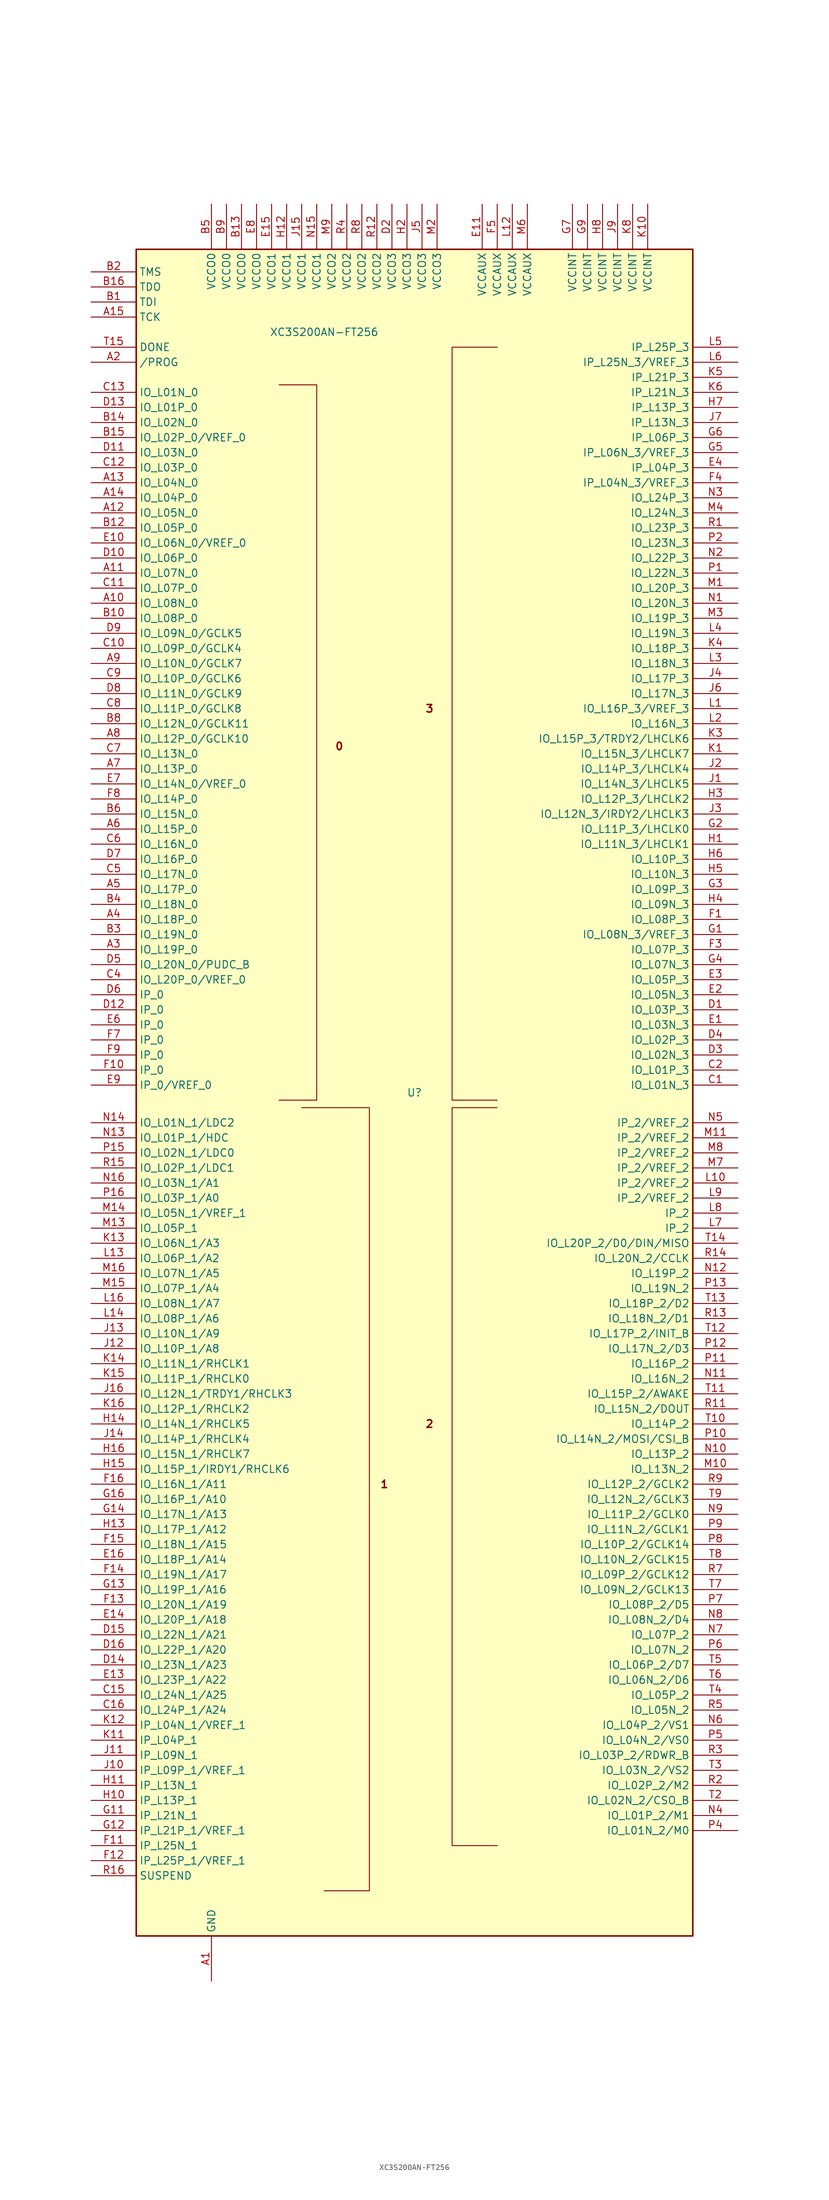
<source format=kicad_sym>
(kicad_symbol_lib
  (version 20231120)
  (generator "kicad_symbol_editor")
  (generator_version "8.0")
  (symbol "XC3S200AN-FT256"
    (property "Reference" "U"
      (at 0 0 0)
      (effects (font (size 1.27 1.27))))
    (property "Value" "XC3S200AN-FT256"
      (at -15.24 128.27 0)
      (effects (font (size 1.27 1.27))))
    (symbol "XC3S200AN-FT256_0_0"
      (text "0" (at -12.7 58.42 0) (effects (font (size 1.27 1.27) (bold yes))))
      (text "1" (at -5.08 -66.04 0) (effects (font (size 1.27 1.27) (bold yes))))
      (text "2" (at 2.54 -55.88 0) (effects (font (size 1.27 1.27) (bold yes))))
      (text "3" (at 2.54 64.77 0) (effects (font (size 1.27 1.27) (bold yes)))))
    (symbol "XC3S200AN-FT256_0_1"
      (rectangle (start -46.99 142.24) (end 46.99 -142.24) (stroke (width 0.254) (type default)) (fill (type background)))
      (polyline (pts (xy -22.86 119.38) (xy -16.51 119.38) (xy -16.51 -1.27) (xy -22.86 -1.27) (xy -22.86 -1.27)) (stroke (width 0) (type default)) (fill (type none)))
      (polyline (pts (xy -19.05 -2.54) (xy -7.62 -2.54) (xy -7.62 -134.62) (xy -15.24 -134.62) (xy -15.24 -134.62)) (stroke (width 0) (type default)) (fill (type none)))
      (polyline (pts (xy 13.97 -2.54) (xy 6.35 -2.54) (xy 6.35 -127) (xy 13.97 -127) (xy 13.97 -127)) (stroke (width 0) (type default)) (fill (type none)))
      (polyline (pts (xy 13.97 125.73) (xy 6.35 125.73) (xy 6.35 -1.27) (xy 13.97 -1.27) (xy 13.97 -1.27)) (stroke (width 0) (type default)) (fill (type none))))
    (symbol "XC3S200AN-FT256_1_1"
      (pin power_in line (at -34.29 -149.86 90) (length 7.62) (name "GND" (effects (font (size 1.27 1.27)))) (number "A1" (effects (font (size 1.27 1.27)))))
      (pin bidirectional line (at -54.61 82.55 0) (length 7.62) (name "IO_L08N_0" (effects (font (size 1.27 1.27)))) (number "A10" (effects (font (size 1.27 1.27)))))
      (pin bidirectional line (at -54.61 87.63 0) (length 7.62) (name "IO_L07N_0" (effects (font (size 1.27 1.27)))) (number "A11" (effects (font (size 1.27 1.27)))))
      (pin bidirectional line (at -54.61 97.79 0) (length 7.62) (name "IO_L05N_0" (effects (font (size 1.27 1.27)))) (number "A12" (effects (font (size 1.27 1.27)))))
      (pin bidirectional line (at -54.61 102.87 0) (length 7.62) (name "IO_L04N_0" (effects (font (size 1.27 1.27)))) (number "A13" (effects (font (size 1.27 1.27)))))
      (pin bidirectional line (at -54.61 100.33 0) (length 7.62) (name "IO_L04P_0" (effects (font (size 1.27 1.27)))) (number "A14" (effects (font (size 1.27 1.27)))))
      (pin input line (at -54.61 130.81 0) (length 7.62) (name "TCK" (effects (font (size 1.27 1.27)))) (number "A15" (effects (font (size 1.27 1.27)))))
      (pin passive line (at -34.29 -149.86 90) (length 7.62) hide (name "GND" (effects (font (size 1.27 1.27)))) (number "A16" (effects (font (size 1.27 1.27)))))
      (pin bidirectional line (at -54.61 123.19 0) (length 7.62) (name "/PROG" (effects (font (size 1.27 1.27)))) (number "A2" (effects (font (size 1.27 1.27)))))
      (pin bidirectional line (at -54.61 24.13 0) (length 7.62) (name "IO_L19P_0" (effects (font (size 1.27 1.27)))) (number "A3" (effects (font (size 1.27 1.27)))))
      (pin bidirectional line (at -54.61 29.21 0) (length 7.62) (name "IO_L18P_0" (effects (font (size 1.27 1.27)))) (number "A4" (effects (font (size 1.27 1.27)))))
      (pin bidirectional line (at -54.61 34.29 0) (length 7.62) (name "IO_L17P_0" (effects (font (size 1.27 1.27)))) (number "A5" (effects (font (size 1.27 1.27)))))
      (pin bidirectional line (at -54.61 44.45 0) (length 7.62) (name "IO_L15P_0" (effects (font (size 1.27 1.27)))) (number "A6" (effects (font (size 1.27 1.27)))))
      (pin bidirectional line (at -54.61 54.61 0) (length 7.62) (name "IO_L13P_0" (effects (font (size 1.27 1.27)))) (number "A7" (effects (font (size 1.27 1.27)))))
      (pin bidirectional line (at -54.61 59.69 0) (length 7.62) (name "IO_L12P_0/GCLK10" (effects (font (size 1.27 1.27)))) (number "A8" (effects (font (size 1.27 1.27)))))
      (pin bidirectional line (at -54.61 72.39 0) (length 7.62) (name "IO_L10N_0/GCLK7" (effects (font (size 1.27 1.27)))) (number "A9" (effects (font (size 1.27 1.27)))))
      (pin input line (at -54.61 133.35 0) (length 7.62) (name "TDI" (effects (font (size 1.27 1.27)))) (number "B1" (effects (font (size 1.27 1.27)))))
      (pin bidirectional line (at -54.61 80.01 0) (length 7.62) (name "IO_L08P_0" (effects (font (size 1.27 1.27)))) (number "B10" (effects (font (size 1.27 1.27)))))
      (pin passive line (at -34.29 -149.86 90) (length 7.62) hide (name "GND" (effects (font (size 1.27 1.27)))) (number "B11" (effects (font (size 1.27 1.27)))))
      (pin bidirectional line (at -54.61 95.25 0) (length 7.62) (name "IO_L05P_0" (effects (font (size 1.27 1.27)))) (number "B12" (effects (font (size 1.27 1.27)))))
      (pin power_in line (at -29.21 149.86 270) (length 7.62) (name "VCCO0" (effects (font (size 1.27 1.27)))) (number "B13" (effects (font (size 1.27 1.27)))))
      (pin bidirectional line (at -54.61 113.03 0) (length 7.62) (name "IO_L02N_0" (effects (font (size 1.27 1.27)))) (number "B14" (effects (font (size 1.27 1.27)))))
      (pin bidirectional line (at -54.61 110.49 0) (length 7.62) (name "IO_L02P_0/VREF_0" (effects (font (size 1.27 1.27)))) (number "B15" (effects (font (size 1.27 1.27)))))
      (pin output line (at -54.61 135.89 0) (length 7.62) (name "TDO" (effects (font (size 1.27 1.27)))) (number "B16" (effects (font (size 1.27 1.27)))))
      (pin input line (at -54.61 138.43 0) (length 7.62) (name "TMS" (effects (font (size 1.27 1.27)))) (number "B2" (effects (font (size 1.27 1.27)))))
      (pin bidirectional line (at -54.61 26.67 0) (length 7.62) (name "IO_L19N_0" (effects (font (size 1.27 1.27)))) (number "B3" (effects (font (size 1.27 1.27)))))
      (pin bidirectional line (at -54.61 31.75 0) (length 7.62) (name "IO_L18N_0" (effects (font (size 1.27 1.27)))) (number "B4" (effects (font (size 1.27 1.27)))))
      (pin power_in line (at -34.29 149.86 270) (length 7.62) (name "VCCO0" (effects (font (size 1.27 1.27)))) (number "B5" (effects (font (size 1.27 1.27)))))
      (pin bidirectional line (at -54.61 46.99 0) (length 7.62) (name "IO_L15N_0" (effects (font (size 1.27 1.27)))) (number "B6" (effects (font (size 1.27 1.27)))))
      (pin passive line (at -34.29 -149.86 90) (length 7.62) hide (name "GND" (effects (font (size 1.27 1.27)))) (number "B7" (effects (font (size 1.27 1.27)))))
      (pin bidirectional line (at -54.61 62.23 0) (length 7.62) (name "IO_L12N_0/GCLK11" (effects (font (size 1.27 1.27)))) (number "B8" (effects (font (size 1.27 1.27)))))
      (pin power_in line (at -31.75 149.86 270) (length 7.62) (name "VCCO0" (effects (font (size 1.27 1.27)))) (number "B9" (effects (font (size 1.27 1.27)))))
      (pin bidirectional line (at 54.61 1.27 180) (length 7.62) (name "IO_L01N_3" (effects (font (size 1.27 1.27)))) (number "C1" (effects (font (size 1.27 1.27)))))
      (pin bidirectional line (at -54.61 74.93 0) (length 7.62) (name "IO_L09P_0/GCLK4" (effects (font (size 1.27 1.27)))) (number "C10" (effects (font (size 1.27 1.27)))))
      (pin bidirectional line (at -54.61 85.09 0) (length 7.62) (name "IO_L07P_0" (effects (font (size 1.27 1.27)))) (number "C11" (effects (font (size 1.27 1.27)))))
      (pin bidirectional line (at -54.61 105.41 0) (length 7.62) (name "IO_L03P_0" (effects (font (size 1.27 1.27)))) (number "C12" (effects (font (size 1.27 1.27)))))
      (pin bidirectional line (at -54.61 118.11 0) (length 7.62) (name "IO_L01N_0" (effects (font (size 1.27 1.27)))) (number "C13" (effects (font (size 1.27 1.27)))))
      (pin passive line (at -34.29 -149.86 90) (length 7.62) hide (name "GND" (effects (font (size 1.27 1.27)))) (number "C14" (effects (font (size 1.27 1.27)))))
      (pin bidirectional line (at -54.61 -101.6 0) (length 7.62) (name "IO_L24N_1/A25" (effects (font (size 1.27 1.27)))) (number "C15" (effects (font (size 1.27 1.27)))))
      (pin bidirectional line (at -54.61 -104.14 0) (length 7.62) (name "IO_L24P_1/A24" (effects (font (size 1.27 1.27)))) (number "C16" (effects (font (size 1.27 1.27)))))
      (pin bidirectional line (at 54.61 3.81 180) (length 7.62) (name "IO_L01P_3" (effects (font (size 1.27 1.27)))) (number "C2" (effects (font (size 1.27 1.27)))))
      (pin passive line (at -34.29 -149.86 90) (length 7.62) hide (name "GND" (effects (font (size 1.27 1.27)))) (number "C3" (effects (font (size 1.27 1.27)))))
      (pin bidirectional line (at -54.61 19.05 0) (length 7.62) (name "IO_L20P_0/VREF_0" (effects (font (size 1.27 1.27)))) (number "C4" (effects (font (size 1.27 1.27)))))
      (pin bidirectional line (at -54.61 36.83 0) (length 7.62) (name "IO_L17N_0" (effects (font (size 1.27 1.27)))) (number "C5" (effects (font (size 1.27 1.27)))))
      (pin bidirectional line (at -54.61 41.91 0) (length 7.62) (name "IO_L16N_0" (effects (font (size 1.27 1.27)))) (number "C6" (effects (font (size 1.27 1.27)))))
      (pin bidirectional line (at -54.61 57.15 0) (length 7.62) (name "IO_L13N_0" (effects (font (size 1.27 1.27)))) (number "C7" (effects (font (size 1.27 1.27)))))
      (pin bidirectional line (at -54.61 64.77 0) (length 7.62) (name "IO_L11P_0/GCLK8" (effects (font (size 1.27 1.27)))) (number "C8" (effects (font (size 1.27 1.27)))))
      (pin bidirectional line (at -54.61 69.85 0) (length 7.62) (name "IO_L10P_0/GCLK6" (effects (font (size 1.27 1.27)))) (number "C9" (effects (font (size 1.27 1.27)))))
      (pin bidirectional line (at 54.61 13.97 180) (length 7.62) (name "IO_L03P_3" (effects (font (size 1.27 1.27)))) (number "D1" (effects (font (size 1.27 1.27)))))
      (pin bidirectional line (at -54.61 90.17 0) (length 7.62) (name "IO_L06P_0" (effects (font (size 1.27 1.27)))) (number "D10" (effects (font (size 1.27 1.27)))))
      (pin bidirectional line (at -54.61 107.95 0) (length 7.62) (name "IO_L03N_0" (effects (font (size 1.27 1.27)))) (number "D11" (effects (font (size 1.27 1.27)))))
      (pin input line (at -54.61 13.97 0) (length 7.62) (name "IP_0" (effects (font (size 1.27 1.27)))) (number "D12" (effects (font (size 1.27 1.27)))))
      (pin bidirectional line (at -54.61 115.57 0) (length 7.62) (name "IO_L01P_0" (effects (font (size 1.27 1.27)))) (number "D13" (effects (font (size 1.27 1.27)))))
      (pin bidirectional line (at -54.61 -96.52 0) (length 7.62) (name "IO_L23N_1/A23" (effects (font (size 1.27 1.27)))) (number "D14" (effects (font (size 1.27 1.27)))))
      (pin bidirectional line (at -54.61 -91.44 0) (length 7.62) (name "IO_L22N_1/A21" (effects (font (size 1.27 1.27)))) (number "D15" (effects (font (size 1.27 1.27)))))
      (pin bidirectional line (at -54.61 -93.98 0) (length 7.62) (name "IO_L22P_1/A20" (effects (font (size 1.27 1.27)))) (number "D16" (effects (font (size 1.27 1.27)))))
      (pin passive line (at -3.81 149.86 270) (length 7.62) (name "VCCO3" (effects (font (size 1.27 1.27)))) (number "D2" (effects (font (size 1.27 1.27)))))
      (pin bidirectional line (at 54.61 6.35 180) (length 7.62) (name "IO_L02N_3" (effects (font (size 1.27 1.27)))) (number "D3" (effects (font (size 1.27 1.27)))))
      (pin bidirectional line (at 54.61 8.89 180) (length 7.62) (name "IO_L02P_3" (effects (font (size 1.27 1.27)))) (number "D4" (effects (font (size 1.27 1.27)))))
      (pin bidirectional line (at -54.61 21.59 0) (length 7.62) (name "IO_L20N_0/PUDC_B" (effects (font (size 1.27 1.27)))) (number "D5" (effects (font (size 1.27 1.27)))))
      (pin input line (at -54.61 16.51 0) (length 7.62) (name "IP_0" (effects (font (size 1.27 1.27)))) (number "D6" (effects (font (size 1.27 1.27)))))
      (pin bidirectional line (at -54.61 39.37 0) (length 7.62) (name "IO_L16P_0" (effects (font (size 1.27 1.27)))) (number "D7" (effects (font (size 1.27 1.27)))))
      (pin bidirectional line (at -54.61 67.31 0) (length 7.62) (name "IO_L11N_0/GCLK9" (effects (font (size 1.27 1.27)))) (number "D8" (effects (font (size 1.27 1.27)))))
      (pin bidirectional line (at -54.61 77.47 0) (length 7.62) (name "IO_L09N_0/GCLK5" (effects (font (size 1.27 1.27)))) (number "D9" (effects (font (size 1.27 1.27)))))
      (pin bidirectional line (at 54.61 11.43 180) (length 7.62) (name "IO_L03N_3" (effects (font (size 1.27 1.27)))) (number "E1" (effects (font (size 1.27 1.27)))))
      (pin bidirectional line (at -54.61 92.71 0) (length 7.62) (name "IO_L06N_0/VREF_0" (effects (font (size 1.27 1.27)))) (number "E10" (effects (font (size 1.27 1.27)))))
      (pin power_in line (at 11.43 149.86 270) (length 7.62) (name "VCCAUX" (effects (font (size 1.27 1.27)))) (number "E11" (effects (font (size 1.27 1.27)))))
      (pin passive line (at -34.29 -149.86 90) (length 7.62) hide (name "GND" (effects (font (size 1.27 1.27)))) (number "E12" (effects (font (size 1.27 1.27)))))
      (pin bidirectional line (at -54.61 -99.06 0) (length 7.62) (name "IO_L23P_1/A22" (effects (font (size 1.27 1.27)))) (number "E13" (effects (font (size 1.27 1.27)))))
      (pin bidirectional line (at -54.61 -88.9 0) (length 7.62) (name "IO_L20P_1/A18" (effects (font (size 1.27 1.27)))) (number "E14" (effects (font (size 1.27 1.27)))))
      (pin power_in line (at -24.13 149.86 270) (length 7.62) (name "VCCO1" (effects (font (size 1.27 1.27)))) (number "E15" (effects (font (size 1.27 1.27)))))
      (pin bidirectional line (at -54.61 -78.74 0) (length 7.62) (name "IO_L18P_1/A14" (effects (font (size 1.27 1.27)))) (number "E16" (effects (font (size 1.27 1.27)))))
      (pin bidirectional line (at 54.61 16.51 180) (length 7.62) (name "IO_L05N_3" (effects (font (size 1.27 1.27)))) (number "E2" (effects (font (size 1.27 1.27)))))
      (pin bidirectional line (at 54.61 19.05 180) (length 7.62) (name "IO_L05P_3" (effects (font (size 1.27 1.27)))) (number "E3" (effects (font (size 1.27 1.27)))))
      (pin input line (at 54.61 105.41 180) (length 7.62) (name "IP_L04P_3" (effects (font (size 1.27 1.27)))) (number "E4" (effects (font (size 1.27 1.27)))))
      (pin passive line (at -34.29 -149.86 90) (length 7.62) hide (name "GND" (effects (font (size 1.27 1.27)))) (number "E5" (effects (font (size 1.27 1.27)))))
      (pin input line (at -54.61 11.43 0) (length 7.62) (name "IP_0" (effects (font (size 1.27 1.27)))) (number "E6" (effects (font (size 1.27 1.27)))))
      (pin bidirectional line (at -54.61 52.07 0) (length 7.62) (name "IO_L14N_0/VREF_0" (effects (font (size 1.27 1.27)))) (number "E7" (effects (font (size 1.27 1.27)))))
      (pin power_in line (at -26.67 149.86 270) (length 7.62) (name "VCCO0" (effects (font (size 1.27 1.27)))) (number "E8" (effects (font (size 1.27 1.27)))))
      (pin input line (at -54.61 1.27 0) (length 7.62) (name "IP_0/VREF_0" (effects (font (size 1.27 1.27)))) (number "E9" (effects (font (size 1.27 1.27)))))
      (pin bidirectional line (at 54.61 29.21 180) (length 7.62) (name "IO_L08P_3" (effects (font (size 1.27 1.27)))) (number "F1" (effects (font (size 1.27 1.27)))))
      (pin input line (at -54.61 3.81 0) (length 7.62) (name "IP_0" (effects (font (size 1.27 1.27)))) (number "F10" (effects (font (size 1.27 1.27)))))
      (pin input line (at -54.61 -127 0) (length 7.62) (name "IP_L25N_1" (effects (font (size 1.27 1.27)))) (number "F11" (effects (font (size 1.27 1.27)))))
      (pin input line (at -54.61 -129.54 0) (length 7.62) (name "IP_L25P_1/VREF_1" (effects (font (size 1.27 1.27)))) (number "F12" (effects (font (size 1.27 1.27)))))
      (pin bidirectional line (at -54.61 -86.36 0) (length 7.62) (name "IO_L20N_1/A19" (effects (font (size 1.27 1.27)))) (number "F13" (effects (font (size 1.27 1.27)))))
      (pin bidirectional line (at -54.61 -81.28 0) (length 7.62) (name "IO_L19N_1/A17" (effects (font (size 1.27 1.27)))) (number "F14" (effects (font (size 1.27 1.27)))))
      (pin bidirectional line (at -54.61 -76.2 0) (length 7.62) (name "IO_L18N_1/A15" (effects (font (size 1.27 1.27)))) (number "F15" (effects (font (size 1.27 1.27)))))
      (pin bidirectional line (at -54.61 -66.04 0) (length 7.62) (name "IO_L16N_1/A11" (effects (font (size 1.27 1.27)))) (number "F16" (effects (font (size 1.27 1.27)))))
      (pin passive line (at -34.29 -149.86 90) (length 7.62) hide (name "GND" (effects (font (size 1.27 1.27)))) (number "F2" (effects (font (size 1.27 1.27)))))
      (pin bidirectional line (at 54.61 24.13 180) (length 7.62) (name "IO_L07P_3" (effects (font (size 1.27 1.27)))) (number "F3" (effects (font (size 1.27 1.27)))))
      (pin input line (at 54.61 102.87 180) (length 7.62) (name "IP_L04N_3/VREF_3" (effects (font (size 1.27 1.27)))) (number "F4" (effects (font (size 1.27 1.27)))))
      (pin power_in line (at 13.97 149.86 270) (length 7.62) (name "VCCAUX" (effects (font (size 1.27 1.27)))) (number "F5" (effects (font (size 1.27 1.27)))))
      (pin passive line (at -34.29 -149.86 90) (length 7.62) hide (name "GND" (effects (font (size 1.27 1.27)))) (number "F6" (effects (font (size 1.27 1.27)))))
      (pin input line (at -54.61 8.89 0) (length 7.62) (name "IP_0" (effects (font (size 1.27 1.27)))) (number "F7" (effects (font (size 1.27 1.27)))))
      (pin bidirectional line (at -54.61 49.53 0) (length 7.62) (name "IO_L14P_0" (effects (font (size 1.27 1.27)))) (number "F8" (effects (font (size 1.27 1.27)))))
      (pin input line (at -54.61 6.35 0) (length 7.62) (name "IP_0" (effects (font (size 1.27 1.27)))) (number "F9" (effects (font (size 1.27 1.27)))))
      (pin bidirectional line (at 54.61 26.67 180) (length 7.62) (name "IO_L08N_3/VREF_3" (effects (font (size 1.27 1.27)))) (number "G1" (effects (font (size 1.27 1.27)))))
      (pin passive line (at -34.29 -149.86 90) (length 7.62) hide (name "GND" (effects (font (size 1.27 1.27)))) (number "G10" (effects (font (size 1.27 1.27)))))
      (pin input line (at -54.61 -121.92 0) (length 7.62) (name "IP_L21N_1" (effects (font (size 1.27 1.27)))) (number "G11" (effects (font (size 1.27 1.27)))))
      (pin input line (at -54.61 -124.46 0) (length 7.62) (name "IP_L21P_1/VREF_1" (effects (font (size 1.27 1.27)))) (number "G12" (effects (font (size 1.27 1.27)))))
      (pin bidirectional line (at -54.61 -83.82 0) (length 7.62) (name "IO_L19P_1/A16" (effects (font (size 1.27 1.27)))) (number "G13" (effects (font (size 1.27 1.27)))))
      (pin bidirectional line (at -54.61 -71.12 0) (length 7.62) (name "IO_L17N_1/A13" (effects (font (size 1.27 1.27)))) (number "G14" (effects (font (size 1.27 1.27)))))
      (pin passive line (at -34.29 -149.86 90) (length 7.62) hide (name "GND" (effects (font (size 1.27 1.27)))) (number "G15" (effects (font (size 1.27 1.27)))))
      (pin bidirectional line (at -54.61 -68.58 0) (length 7.62) (name "IO_L16P_1/A10" (effects (font (size 1.27 1.27)))) (number "G16" (effects (font (size 1.27 1.27)))))
      (pin bidirectional line (at 54.61 44.45 180) (length 7.62) (name "IO_L11P_3/LHCLK0" (effects (font (size 1.27 1.27)))) (number "G2" (effects (font (size 1.27 1.27)))))
      (pin bidirectional line (at 54.61 34.29 180) (length 7.62) (name "IO_L09P_3" (effects (font (size 1.27 1.27)))) (number "G3" (effects (font (size 1.27 1.27)))))
      (pin bidirectional line (at 54.61 21.59 180) (length 7.62) (name "IO_L07N_3" (effects (font (size 1.27 1.27)))) (number "G4" (effects (font (size 1.27 1.27)))))
      (pin input line (at 54.61 107.95 180) (length 7.62) (name "IP_L06N_3/VREF_3" (effects (font (size 1.27 1.27)))) (number "G5" (effects (font (size 1.27 1.27)))))
      (pin input line (at 54.61 110.49 180) (length 7.62) (name "IP_L06P_3" (effects (font (size 1.27 1.27)))) (number "G6" (effects (font (size 1.27 1.27)))))
      (pin power_in line (at 26.67 149.86 270) (length 7.62) (name "VCCINT" (effects (font (size 1.27 1.27)))) (number "G7" (effects (font (size 1.27 1.27)))))
      (pin passive line (at -34.29 -149.86 90) (length 7.62) hide (name "GND" (effects (font (size 1.27 1.27)))) (number "G8" (effects (font (size 1.27 1.27)))))
      (pin power_in line (at 29.21 149.86 270) (length 7.62) (name "VCCINT" (effects (font (size 1.27 1.27)))) (number "G9" (effects (font (size 1.27 1.27)))))
      (pin bidirectional line (at 54.61 41.91 180) (length 7.62) (name "IO_L11N_3/LHCLK1" (effects (font (size 1.27 1.27)))) (number "H1" (effects (font (size 1.27 1.27)))))
      (pin input line (at -54.61 -119.38 0) (length 7.62) (name "IP_L13P_1" (effects (font (size 1.27 1.27)))) (number "H10" (effects (font (size 1.27 1.27)))))
      (pin input line (at -54.61 -116.84 0) (length 7.62) (name "IP_L13N_1" (effects (font (size 1.27 1.27)))) (number "H11" (effects (font (size 1.27 1.27)))))
      (pin power_in line (at -21.59 149.86 270) (length 7.62) (name "VCCO1" (effects (font (size 1.27 1.27)))) (number "H12" (effects (font (size 1.27 1.27)))))
      (pin bidirectional line (at -54.61 -73.66 0) (length 7.62) (name "IO_L17P_1/A12" (effects (font (size 1.27 1.27)))) (number "H13" (effects (font (size 1.27 1.27)))))
      (pin bidirectional line (at -54.61 -55.88 0) (length 7.62) (name "IO_L14N_1/RHCLK5" (effects (font (size 1.27 1.27)))) (number "H14" (effects (font (size 1.27 1.27)))))
      (pin bidirectional line (at -54.61 -63.5 0) (length 7.62) (name "IO_L15P_1/IRDY1/RHCLK6" (effects (font (size 1.27 1.27)))) (number "H15" (effects (font (size 1.27 1.27)))))
      (pin bidirectional line (at -54.61 -60.96 0) (length 7.62) (name "IO_L15N_1/RHCLK7" (effects (font (size 1.27 1.27)))) (number "H16" (effects (font (size 1.27 1.27)))))
      (pin power_in line (at -1.27 149.86 270) (length 7.62) (name "VCCO3" (effects (font (size 1.27 1.27)))) (number "H2" (effects (font (size 1.27 1.27)))))
      (pin bidirectional line (at 54.61 49.53 180) (length 7.62) (name "IO_L12P_3/LHCLK2" (effects (font (size 1.27 1.27)))) (number "H3" (effects (font (size 1.27 1.27)))))
      (pin bidirectional line (at 54.61 31.75 180) (length 7.62) (name "IO_L09N_3" (effects (font (size 1.27 1.27)))) (number "H4" (effects (font (size 1.27 1.27)))))
      (pin bidirectional line (at 54.61 36.83 180) (length 7.62) (name "IO_L10N_3" (effects (font (size 1.27 1.27)))) (number "H5" (effects (font (size 1.27 1.27)))))
      (pin bidirectional line (at 54.61 39.37 180) (length 7.62) (name "IO_L10P_3" (effects (font (size 1.27 1.27)))) (number "H6" (effects (font (size 1.27 1.27)))))
      (pin input line (at 54.61 115.57 180) (length 7.62) (name "IP_L13P_3" (effects (font (size 1.27 1.27)))) (number "H7" (effects (font (size 1.27 1.27)))))
      (pin power_in line (at 31.75 149.86 270) (length 7.62) (name "VCCINT" (effects (font (size 1.27 1.27)))) (number "H8" (effects (font (size 1.27 1.27)))))
      (pin passive line (at -34.29 -149.86 90) (length 7.62) hide (name "GND" (effects (font (size 1.27 1.27)))) (number "H9" (effects (font (size 1.27 1.27)))))
      (pin bidirectional line (at 54.61 52.07 180) (length 7.62) (name "IO_L14N_3/LHCLK5" (effects (font (size 1.27 1.27)))) (number "J1" (effects (font (size 1.27 1.27)))))
      (pin input line (at -54.61 -114.3 0) (length 7.62) (name "IP_L09P_1/VREF_1" (effects (font (size 1.27 1.27)))) (number "J10" (effects (font (size 1.27 1.27)))))
      (pin input line (at -54.61 -111.76 0) (length 7.62) (name "IP_L09N_1" (effects (font (size 1.27 1.27)))) (number "J11" (effects (font (size 1.27 1.27)))))
      (pin bidirectional line (at -54.61 -43.18 0) (length 7.62) (name "IO_L10P_1/A8" (effects (font (size 1.27 1.27)))) (number "J12" (effects (font (size 1.27 1.27)))))
      (pin bidirectional line (at -54.61 -40.64 0) (length 7.62) (name "IO_L10N_1/A9" (effects (font (size 1.27 1.27)))) (number "J13" (effects (font (size 1.27 1.27)))))
      (pin bidirectional line (at -54.61 -58.42 0) (length 7.62) (name "IO_L14P_1/RHCLK4" (effects (font (size 1.27 1.27)))) (number "J14" (effects (font (size 1.27 1.27)))))
      (pin power_in line (at -19.05 149.86 270) (length 7.62) (name "VCCO1" (effects (font (size 1.27 1.27)))) (number "J15" (effects (font (size 1.27 1.27)))))
      (pin bidirectional line (at -54.61 -50.8 0) (length 7.62) (name "IO_L12N_1/TRDY1/RHCLK3" (effects (font (size 1.27 1.27)))) (number "J16" (effects (font (size 1.27 1.27)))))
      (pin bidirectional line (at 54.61 54.61 180) (length 7.62) (name "IO_L14P_3/LHCLK4" (effects (font (size 1.27 1.27)))) (number "J2" (effects (font (size 1.27 1.27)))))
      (pin bidirectional line (at 54.61 46.99 180) (length 7.62) (name "IO_L12N_3/IRDY2/LHCLK3" (effects (font (size 1.27 1.27)))) (number "J3" (effects (font (size 1.27 1.27)))))
      (pin bidirectional line (at 54.61 69.85 180) (length 7.62) (name "IO_L17P_3" (effects (font (size 1.27 1.27)))) (number "J4" (effects (font (size 1.27 1.27)))))
      (pin power_in line (at 1.27 149.86 270) (length 7.62) (name "VCCO3" (effects (font (size 1.27 1.27)))) (number "J5" (effects (font (size 1.27 1.27)))))
      (pin bidirectional line (at 54.61 67.31 180) (length 7.62) (name "IO_L17N_3" (effects (font (size 1.27 1.27)))) (number "J6" (effects (font (size 1.27 1.27)))))
      (pin input line (at 54.61 113.03 180) (length 7.62) (name "IP_L13N_3" (effects (font (size 1.27 1.27)))) (number "J7" (effects (font (size 1.27 1.27)))))
      (pin passive line (at -34.29 -149.86 90) (length 7.62) hide (name "GND" (effects (font (size 1.27 1.27)))) (number "J8" (effects (font (size 1.27 1.27)))))
      (pin power_in line (at 34.29 149.86 270) (length 7.62) (name "VCCINT" (effects (font (size 1.27 1.27)))) (number "J9" (effects (font (size 1.27 1.27)))))
      (pin bidirectional line (at 54.61 57.15 180) (length 7.62) (name "IO_L15N_3/LHCLK7" (effects (font (size 1.27 1.27)))) (number "K1" (effects (font (size 1.27 1.27)))))
      (pin power_in line (at 39.37 149.86 270) (length 7.62) (name "VCCINT" (effects (font (size 1.27 1.27)))) (number "K10" (effects (font (size 1.27 1.27)))))
      (pin input line (at -54.61 -109.22 0) (length 7.62) (name "IP_L04P_1" (effects (font (size 1.27 1.27)))) (number "K11" (effects (font (size 1.27 1.27)))))
      (pin input line (at -54.61 -106.68 0) (length 7.62) (name "IP_L04N_1/VREF_1" (effects (font (size 1.27 1.27)))) (number "K12" (effects (font (size 1.27 1.27)))))
      (pin bidirectional line (at -54.61 -25.4 0) (length 7.62) (name "IO_L06N_1/A3" (effects (font (size 1.27 1.27)))) (number "K13" (effects (font (size 1.27 1.27)))))
      (pin bidirectional line (at -54.61 -45.72 0) (length 7.62) (name "IO_L11N_1/RHCLK1" (effects (font (size 1.27 1.27)))) (number "K14" (effects (font (size 1.27 1.27)))))
      (pin bidirectional line (at -54.61 -48.26 0) (length 7.62) (name "IO_L11P_1/RHCLK0" (effects (font (size 1.27 1.27)))) (number "K15" (effects (font (size 1.27 1.27)))))
      (pin bidirectional line (at -54.61 -53.34 0) (length 7.62) (name "IO_L12P_1/RHCLK2" (effects (font (size 1.27 1.27)))) (number "K16" (effects (font (size 1.27 1.27)))))
      (pin passive line (at -34.29 -149.86 90) (length 7.62) hide (name "GND" (effects (font (size 1.27 1.27)))) (number "K2" (effects (font (size 1.27 1.27)))))
      (pin bidirectional line (at 54.61 59.69 180) (length 7.62) (name "IO_L15P_3/TRDY2/LHCLK6" (effects (font (size 1.27 1.27)))) (number "K3" (effects (font (size 1.27 1.27)))))
      (pin bidirectional line (at 54.61 74.93 180) (length 7.62) (name "IO_L18P_3" (effects (font (size 1.27 1.27)))) (number "K4" (effects (font (size 1.27 1.27)))))
      (pin input line (at 54.61 120.65 180) (length 7.62) (name "IP_L21P_3" (effects (font (size 1.27 1.27)))) (number "K5" (effects (font (size 1.27 1.27)))))
      (pin input line (at 54.61 118.11 180) (length 7.62) (name "IP_L21N_3" (effects (font (size 1.27 1.27)))) (number "K6" (effects (font (size 1.27 1.27)))))
      (pin passive line (at -34.29 -149.86 90) (length 7.62) hide (name "GND" (effects (font (size 1.27 1.27)))) (number "K7" (effects (font (size 1.27 1.27)))))
      (pin power_in line (at 36.83 149.86 270) (length 7.62) (name "VCCINT" (effects (font (size 1.27 1.27)))) (number "K8" (effects (font (size 1.27 1.27)))))
      (pin passive line (at -34.29 -149.86 90) (length 7.62) hide (name "GND" (effects (font (size 1.27 1.27)))) (number "K9" (effects (font (size 1.27 1.27)))))
      (pin bidirectional line (at 54.61 64.77 180) (length 7.62) (name "IO_L16P_3/VREF_3" (effects (font (size 1.27 1.27)))) (number "L1" (effects (font (size 1.27 1.27)))))
      (pin input line (at 54.61 -15.24 180) (length 7.62) (name "IP_2/VREF_2" (effects (font (size 1.27 1.27)))) (number "L10" (effects (font (size 1.27 1.27)))))
      (pin passive line (at -34.29 -149.86 90) (length 7.62) hide (name "GND" (effects (font (size 1.27 1.27)))) (number "L11" (effects (font (size 1.27 1.27)))))
      (pin power_in line (at 16.51 149.86 270) (length 7.62) (name "VCCAUX" (effects (font (size 1.27 1.27)))) (number "L12" (effects (font (size 1.27 1.27)))))
      (pin bidirectional line (at -54.61 -27.94 0) (length 7.62) (name "IO_L06P_1/A2" (effects (font (size 1.27 1.27)))) (number "L13" (effects (font (size 1.27 1.27)))))
      (pin bidirectional line (at -54.61 -38.1 0) (length 7.62) (name "IO_L08P_1/A6" (effects (font (size 1.27 1.27)))) (number "L14" (effects (font (size 1.27 1.27)))))
      (pin passive line (at -34.29 -149.86 90) (length 7.62) hide (name "GND" (effects (font (size 1.27 1.27)))) (number "L15" (effects (font (size 1.27 1.27)))))
      (pin bidirectional line (at -54.61 -35.56 0) (length 7.62) (name "IO_L08N_1/A7" (effects (font (size 1.27 1.27)))) (number "L16" (effects (font (size 1.27 1.27)))))
      (pin bidirectional line (at 54.61 62.23 180) (length 7.62) (name "IO_L16N_3" (effects (font (size 1.27 1.27)))) (number "L2" (effects (font (size 1.27 1.27)))))
      (pin bidirectional line (at 54.61 72.39 180) (length 7.62) (name "IO_L18N_3" (effects (font (size 1.27 1.27)))) (number "L3" (effects (font (size 1.27 1.27)))))
      (pin bidirectional line (at 54.61 77.47 180) (length 7.62) (name "IO_L19N_3" (effects (font (size 1.27 1.27)))) (number "L4" (effects (font (size 1.27 1.27)))))
      (pin input line (at 54.61 125.73 180) (length 7.62) (name "IP_L25P_3" (effects (font (size 1.27 1.27)))) (number "L5" (effects (font (size 1.27 1.27)))))
      (pin input line (at 54.61 123.19 180) (length 7.62) (name "IP_L25N_3/VREF_3" (effects (font (size 1.27 1.27)))) (number "L6" (effects (font (size 1.27 1.27)))))
      (pin input line (at 54.61 -22.86 180) (length 7.62) (name "IP_2" (effects (font (size 1.27 1.27)))) (number "L7" (effects (font (size 1.27 1.27)))))
      (pin input line (at 54.61 -20.32 180) (length 7.62) (name "IP_2" (effects (font (size 1.27 1.27)))) (number "L8" (effects (font (size 1.27 1.27)))))
      (pin input line (at 54.61 -17.78 180) (length 7.62) (name "IP_2/VREF_2" (effects (font (size 1.27 1.27)))) (number "L9" (effects (font (size 1.27 1.27)))))
      (pin bidirectional line (at 54.61 85.09 180) (length 7.62) (name "IO_L20P_3" (effects (font (size 1.27 1.27)))) (number "M1" (effects (font (size 1.27 1.27)))))
      (pin bidirectional line (at 54.61 -63.5 180) (length 7.62) (name "IO_L13N_2" (effects (font (size 1.27 1.27)))) (number "M10" (effects (font (size 1.27 1.27)))))
      (pin input line (at 54.61 -7.62 180) (length 7.62) (name "IP_2/VREF_2" (effects (font (size 1.27 1.27)))) (number "M11" (effects (font (size 1.27 1.27)))))
      (pin passive line (at -34.29 -149.86 90) (length 7.62) hide (name "GND" (effects (font (size 1.27 1.27)))) (number "M12" (effects (font (size 1.27 1.27)))))
      (pin bidirectional line (at -54.61 -22.86 0) (length 7.62) (name "IO_L05P_1" (effects (font (size 1.27 1.27)))) (number "M13" (effects (font (size 1.27 1.27)))))
      (pin bidirectional line (at -54.61 -20.32 0) (length 7.62) (name "IO_L05N_1/VREF_1" (effects (font (size 1.27 1.27)))) (number "M14" (effects (font (size 1.27 1.27)))))
      (pin bidirectional line (at -54.61 -33.02 0) (length 7.62) (name "IO_L07P_1/A4" (effects (font (size 1.27 1.27)))) (number "M15" (effects (font (size 1.27 1.27)))))
      (pin bidirectional line (at -54.61 -30.48 0) (length 7.62) (name "IO_L07N_1/A5" (effects (font (size 1.27 1.27)))) (number "M16" (effects (font (size 1.27 1.27)))))
      (pin power_in line (at 3.81 149.86 270) (length 7.62) (name "VCCO3" (effects (font (size 1.27 1.27)))) (number "M2" (effects (font (size 1.27 1.27)))))
      (pin bidirectional line (at 54.61 80.01 180) (length 7.62) (name "IO_L19P_3" (effects (font (size 1.27 1.27)))) (number "M3" (effects (font (size 1.27 1.27)))))
      (pin bidirectional line (at 54.61 97.79 180) (length 7.62) (name "IO_L24N_3" (effects (font (size 1.27 1.27)))) (number "M4" (effects (font (size 1.27 1.27)))))
      (pin passive line (at -34.29 -149.86 90) (length 7.62) hide (name "GND" (effects (font (size 1.27 1.27)))) (number "M5" (effects (font (size 1.27 1.27)))))
      (pin power_in line (at 19.05 149.86 270) (length 7.62) (name "VCCAUX" (effects (font (size 1.27 1.27)))) (number "M6" (effects (font (size 1.27 1.27)))))
      (pin input line (at 54.61 -12.7 180) (length 7.62) (name "IP_2/VREF_2" (effects (font (size 1.27 1.27)))) (number "M7" (effects (font (size 1.27 1.27)))))
      (pin input line (at 54.61 -10.16 180) (length 7.62) (name "IP_2/VREF_2" (effects (font (size 1.27 1.27)))) (number "M8" (effects (font (size 1.27 1.27)))))
      (pin power_in line (at -13.97 149.86 270) (length 7.62) (name "VCCO2" (effects (font (size 1.27 1.27)))) (number "M9" (effects (font (size 1.27 1.27)))))
      (pin bidirectional line (at 54.61 82.55 180) (length 7.62) (name "IO_L20N_3" (effects (font (size 1.27 1.27)))) (number "N1" (effects (font (size 1.27 1.27)))))
      (pin bidirectional line (at 54.61 -60.96 180) (length 7.62) (name "IO_L13P_2" (effects (font (size 1.27 1.27)))) (number "N10" (effects (font (size 1.27 1.27)))))
      (pin bidirectional line (at 54.61 -48.26 180) (length 7.62) (name "IO_L16N_2" (effects (font (size 1.27 1.27)))) (number "N11" (effects (font (size 1.27 1.27)))))
      (pin bidirectional line (at 54.61 -30.48 180) (length 7.62) (name "IO_L19P_2" (effects (font (size 1.27 1.27)))) (number "N12" (effects (font (size 1.27 1.27)))))
      (pin bidirectional line (at -54.61 -7.62 0) (length 7.62) (name "IO_L01P_1/HDC" (effects (font (size 1.27 1.27)))) (number "N13" (effects (font (size 1.27 1.27)))))
      (pin bidirectional line (at -54.61 -5.08 0) (length 7.62) (name "IO_L01N_1/LDC2" (effects (font (size 1.27 1.27)))) (number "N14" (effects (font (size 1.27 1.27)))))
      (pin power_in line (at -16.51 149.86 270) (length 7.62) (name "VCCO1" (effects (font (size 1.27 1.27)))) (number "N15" (effects (font (size 1.27 1.27)))))
      (pin bidirectional line (at -54.61 -15.24 0) (length 7.62) (name "IO_L03N_1/A1" (effects (font (size 1.27 1.27)))) (number "N16" (effects (font (size 1.27 1.27)))))
      (pin bidirectional line (at 54.61 90.17 180) (length 7.62) (name "IO_L22P_3" (effects (font (size 1.27 1.27)))) (number "N2" (effects (font (size 1.27 1.27)))))
      (pin bidirectional line (at 54.61 100.33 180) (length 7.62) (name "IO_L24P_3" (effects (font (size 1.27 1.27)))) (number "N3" (effects (font (size 1.27 1.27)))))
      (pin bidirectional line (at 54.61 -121.92 180) (length 7.62) (name "IO_L01P_2/M1" (effects (font (size 1.27 1.27)))) (number "N4" (effects (font (size 1.27 1.27)))))
      (pin input line (at 54.61 -5.08 180) (length 7.62) (name "IP_2/VREF_2" (effects (font (size 1.27 1.27)))) (number "N5" (effects (font (size 1.27 1.27)))))
      (pin bidirectional line (at 54.61 -106.68 180) (length 7.62) (name "IO_L04P_2/VS1" (effects (font (size 1.27 1.27)))) (number "N6" (effects (font (size 1.27 1.27)))))
      (pin bidirectional line (at 54.61 -91.44 180) (length 7.62) (name "IO_L07P_2" (effects (font (size 1.27 1.27)))) (number "N7" (effects (font (size 1.27 1.27)))))
      (pin bidirectional line (at 54.61 -88.9 180) (length 7.62) (name "IO_L08N_2/D4" (effects (font (size 1.27 1.27)))) (number "N8" (effects (font (size 1.27 1.27)))))
      (pin bidirectional line (at 54.61 -71.12 180) (length 7.62) (name "IO_L11P_2/GCLK0" (effects (font (size 1.27 1.27)))) (number "N9" (effects (font (size 1.27 1.27)))))
      (pin bidirectional line (at 54.61 87.63 180) (length 7.62) (name "IO_L22N_3" (effects (font (size 1.27 1.27)))) (number "P1" (effects (font (size 1.27 1.27)))))
      (pin bidirectional line (at 54.61 -58.42 180) (length 7.62) (name "IO_L14N_2/MOSI/CSI_B" (effects (font (size 1.27 1.27)))) (number "P10" (effects (font (size 1.27 1.27)))))
      (pin bidirectional line (at 54.61 -45.72 180) (length 7.62) (name "IO_L16P_2" (effects (font (size 1.27 1.27)))) (number "P11" (effects (font (size 1.27 1.27)))))
      (pin bidirectional line (at 54.61 -43.18 180) (length 7.62) (name "IO_L17N_2/D3" (effects (font (size 1.27 1.27)))) (number "P12" (effects (font (size 1.27 1.27)))))
      (pin bidirectional line (at 54.61 -33.02 180) (length 7.62) (name "IO_L19N_2" (effects (font (size 1.27 1.27)))) (number "P13" (effects (font (size 1.27 1.27)))))
      (pin passive line (at -34.29 -149.86 90) (length 7.62) hide (name "GND" (effects (font (size 1.27 1.27)))) (number "P14" (effects (font (size 1.27 1.27)))))
      (pin bidirectional line (at -54.61 -10.16 0) (length 7.62) (name "IO_L02N_1/LDC0" (effects (font (size 1.27 1.27)))) (number "P15" (effects (font (size 1.27 1.27)))))
      (pin bidirectional line (at -54.61 -17.78 0) (length 7.62) (name "IO_L03P_1/A0" (effects (font (size 1.27 1.27)))) (number "P16" (effects (font (size 1.27 1.27)))))
      (pin bidirectional line (at 54.61 92.71 180) (length 7.62) (name "IO_L23N_3" (effects (font (size 1.27 1.27)))) (number "P2" (effects (font (size 1.27 1.27)))))
      (pin passive line (at -34.29 -149.86 90) (length 7.62) hide (name "GND" (effects (font (size 1.27 1.27)))) (number "P3" (effects (font (size 1.27 1.27)))))
      (pin bidirectional line (at 54.61 -124.46 180) (length 7.62) (name "IO_L01N_2/M0" (effects (font (size 1.27 1.27)))) (number "P4" (effects (font (size 1.27 1.27)))))
      (pin bidirectional line (at 54.61 -109.22 180) (length 7.62) (name "IO_L04N_2/VS0" (effects (font (size 1.27 1.27)))) (number "P5" (effects (font (size 1.27 1.27)))))
      (pin bidirectional line (at 54.61 -93.98 180) (length 7.62) (name "IO_L07N_2" (effects (font (size 1.27 1.27)))) (number "P6" (effects (font (size 1.27 1.27)))))
      (pin bidirectional line (at 54.61 -86.36 180) (length 7.62) (name "IO_L08P_2/D5" (effects (font (size 1.27 1.27)))) (number "P7" (effects (font (size 1.27 1.27)))))
      (pin bidirectional line (at 54.61 -76.2 180) (length 7.62) (name "IO_L10P_2/GCLK14" (effects (font (size 1.27 1.27)))) (number "P8" (effects (font (size 1.27 1.27)))))
      (pin bidirectional line (at 54.61 -73.66 180) (length 7.62) (name "IO_L11N_2/GCLK1" (effects (font (size 1.27 1.27)))) (number "P9" (effects (font (size 1.27 1.27)))))
      (pin bidirectional line (at 54.61 95.25 180) (length 7.62) (name "IO_L23P_3" (effects (font (size 1.27 1.27)))) (number "R1" (effects (font (size 1.27 1.27)))))
      (pin passive line (at -34.29 -149.86 90) (length 7.62) hide (name "GND" (effects (font (size 1.27 1.27)))) (number "R10" (effects (font (size 1.27 1.27)))))
      (pin bidirectional line (at 54.61 -53.34 180) (length 7.62) (name "IO_L15N_2/DOUT" (effects (font (size 1.27 1.27)))) (number "R11" (effects (font (size 1.27 1.27)))))
      (pin power_in line (at -6.35 149.86 270) (length 7.62) (name "VCCO2" (effects (font (size 1.27 1.27)))) (number "R12" (effects (font (size 1.27 1.27)))))
      (pin bidirectional line (at 54.61 -38.1 180) (length 7.62) (name "IO_L18N_2/D1" (effects (font (size 1.27 1.27)))) (number "R13" (effects (font (size 1.27 1.27)))))
      (pin bidirectional line (at 54.61 -27.94 180) (length 7.62) (name "IO_L20N_2/CCLK" (effects (font (size 1.27 1.27)))) (number "R14" (effects (font (size 1.27 1.27)))))
      (pin bidirectional line (at -54.61 -12.7 0) (length 7.62) (name "IO_L02P_1/LDC1" (effects (font (size 1.27 1.27)))) (number "R15" (effects (font (size 1.27 1.27)))))
      (pin input line (at -54.61 -132.08 0) (length 7.62) (name "SUSPEND" (effects (font (size 1.27 1.27)))) (number "R16" (effects (font (size 1.27 1.27)))))
      (pin bidirectional line (at 54.61 -116.84 180) (length 7.62) (name "IO_L02P_2/M2" (effects (font (size 1.27 1.27)))) (number "R2" (effects (font (size 1.27 1.27)))))
      (pin bidirectional line (at 54.61 -111.76 180) (length 7.62) (name "IO_L03P_2/RDWR_B" (effects (font (size 1.27 1.27)))) (number "R3" (effects (font (size 1.27 1.27)))))
      (pin power_in line (at -11.43 149.86 270) (length 7.62) (name "VCCO2" (effects (font (size 1.27 1.27)))) (number "R4" (effects (font (size 1.27 1.27)))))
      (pin bidirectional line (at 54.61 -104.14 180) (length 7.62) (name "IO_L05N_2" (effects (font (size 1.27 1.27)))) (number "R5" (effects (font (size 1.27 1.27)))))
      (pin passive line (at -34.29 -149.86 90) (length 7.62) hide (name "GND" (effects (font (size 1.27 1.27)))) (number "R6" (effects (font (size 1.27 1.27)))))
      (pin bidirectional line (at 54.61 -81.28 180) (length 7.62) (name "IO_L09P_2/GCLK12" (effects (font (size 1.27 1.27)))) (number "R7" (effects (font (size 1.27 1.27)))))
      (pin power_in line (at -8.89 149.86 270) (length 7.62) (name "VCCO2" (effects (font (size 1.27 1.27)))) (number "R8" (effects (font (size 1.27 1.27)))))
      (pin bidirectional line (at 54.61 -66.04 180) (length 7.62) (name "IO_L12P_2/GCLK2" (effects (font (size 1.27 1.27)))) (number "R9" (effects (font (size 1.27 1.27)))))
      (pin passive line (at -34.29 -149.86 90) (length 7.62) hide (name "GND" (effects (font (size 1.27 1.27)))) (number "T1" (effects (font (size 1.27 1.27)))))
      (pin bidirectional line (at 54.61 -55.88 180) (length 7.62) (name "IO_L14P_2" (effects (font (size 1.27 1.27)))) (number "T10" (effects (font (size 1.27 1.27)))))
      (pin bidirectional line (at 54.61 -50.8 180) (length 7.62) (name "IO_L15P_2/AWAKE" (effects (font (size 1.27 1.27)))) (number "T11" (effects (font (size 1.27 1.27)))))
      (pin bidirectional line (at 54.61 -40.64 180) (length 7.62) (name "IO_L17P_2/INIT_B" (effects (font (size 1.27 1.27)))) (number "T12" (effects (font (size 1.27 1.27)))))
      (pin bidirectional line (at 54.61 -35.56 180) (length 7.62) (name "IO_L18P_2/D2" (effects (font (size 1.27 1.27)))) (number "T13" (effects (font (size 1.27 1.27)))))
      (pin bidirectional line (at 54.61 -25.4 180) (length 7.62) (name "IO_L20P_2/D0/DIN/MISO" (effects (font (size 1.27 1.27)))) (number "T14" (effects (font (size 1.27 1.27)))))
      (pin bidirectional line (at -54.61 125.73 0) (length 7.62) (name "DONE" (effects (font (size 1.27 1.27)))) (number "T15" (effects (font (size 1.27 1.27)))))
      (pin passive line (at -34.29 -149.86 90) (length 7.62) hide (name "GND" (effects (font (size 1.27 1.27)))) (number "T16" (effects (font (size 1.27 1.27)))))
      (pin bidirectional line (at 54.61 -119.38 180) (length 7.62) (name "IO_L02N_2/CSO_B" (effects (font (size 1.27 1.27)))) (number "T2" (effects (font (size 1.27 1.27)))))
      (pin bidirectional line (at 54.61 -114.3 180) (length 7.62) (name "IO_L03N_2/VS2" (effects (font (size 1.27 1.27)))) (number "T3" (effects (font (size 1.27 1.27)))))
      (pin bidirectional line (at 54.61 -101.6 180) (length 7.62) (name "IO_L05P_2" (effects (font (size 1.27 1.27)))) (number "T4" (effects (font (size 1.27 1.27)))))
      (pin bidirectional line (at 54.61 -96.52 180) (length 7.62) (name "IO_L06P_2/D7" (effects (font (size 1.27 1.27)))) (number "T5" (effects (font (size 1.27 1.27)))))
      (pin bidirectional line (at 54.61 -99.06 180) (length 7.62) (name "IO_L06N_2/D6" (effects (font (size 1.27 1.27)))) (number "T6" (effects (font (size 1.27 1.27)))))
      (pin bidirectional line (at 54.61 -83.82 180) (length 7.62) (name "IO_L09N_2/GCLK13" (effects (font (size 1.27 1.27)))) (number "T7" (effects (font (size 1.27 1.27)))))
      (pin bidirectional line (at 54.61 -78.74 180) (length 7.62) (name "IO_L10N_2/GCLK15" (effects (font (size 1.27 1.27)))) (number "T8" (effects (font (size 1.27 1.27)))))
      (pin bidirectional line (at 54.61 -68.58 180) (length 7.62) (name "IO_L12N_2/GCLK3" (effects (font (size 1.27 1.27)))) (number "T9" (effects (font (size 1.27 1.27))))))))
</source>
